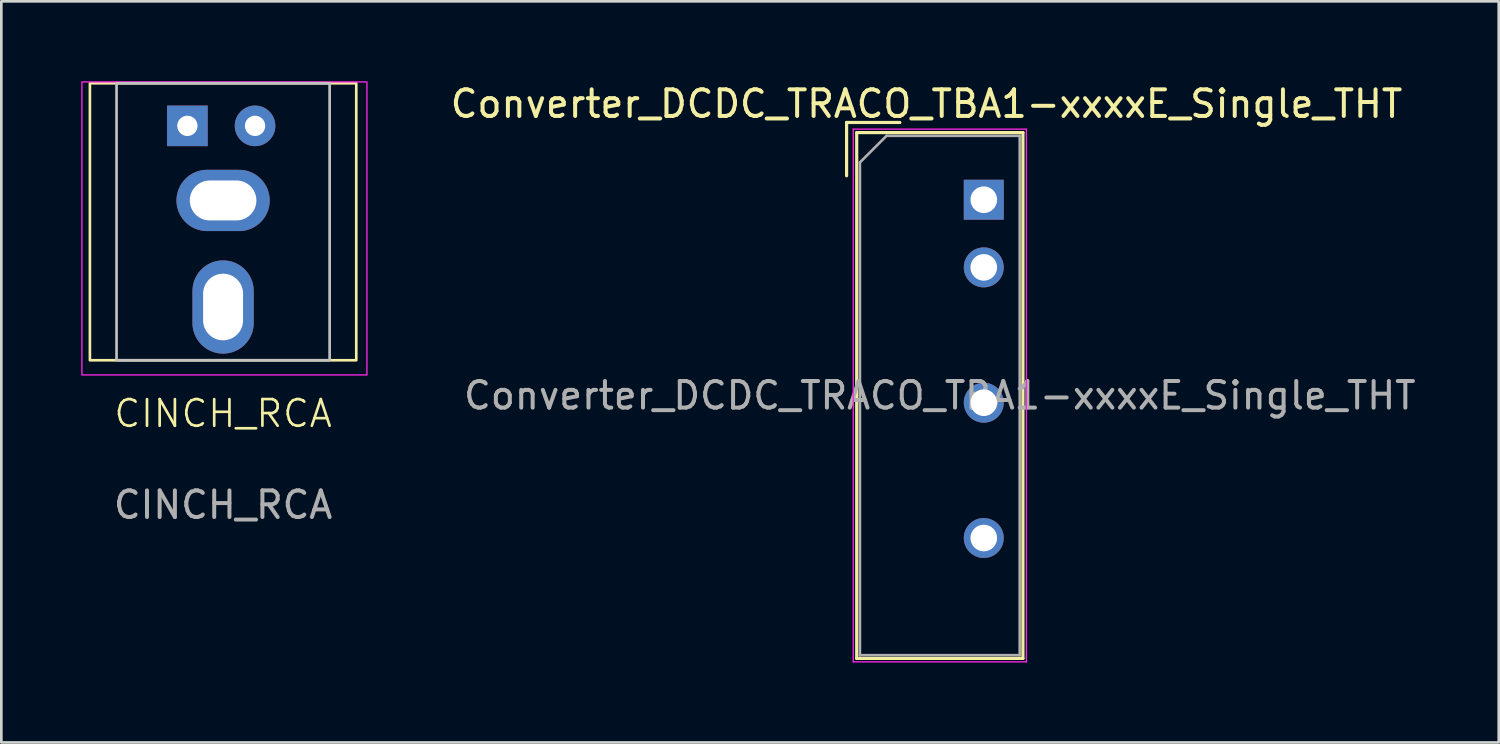
<source format=kicad_pcb>
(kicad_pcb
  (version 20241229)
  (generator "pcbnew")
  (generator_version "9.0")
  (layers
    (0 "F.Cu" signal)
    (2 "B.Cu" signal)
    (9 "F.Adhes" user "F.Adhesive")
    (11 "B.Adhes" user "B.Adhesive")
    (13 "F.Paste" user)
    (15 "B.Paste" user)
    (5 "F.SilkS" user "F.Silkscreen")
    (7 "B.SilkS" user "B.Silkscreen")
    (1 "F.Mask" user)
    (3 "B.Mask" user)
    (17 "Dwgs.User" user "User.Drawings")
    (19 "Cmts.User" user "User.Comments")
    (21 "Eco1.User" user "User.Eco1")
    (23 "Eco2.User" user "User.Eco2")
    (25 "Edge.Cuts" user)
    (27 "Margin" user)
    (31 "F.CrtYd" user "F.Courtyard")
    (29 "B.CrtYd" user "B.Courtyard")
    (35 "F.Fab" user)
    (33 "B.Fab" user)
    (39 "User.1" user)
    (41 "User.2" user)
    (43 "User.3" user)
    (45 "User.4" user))
  (footprint "Converter_DCDC_TRACO_TBA1-xxxxE_Single_THT"
    (layer "F.Cu")
    (at 33.882 4.448)
    (property "Reference" "Converter_DCDC_TRACO_TBA1-xxxxE_Single_THT" (at -2.15 -3.6 0) (layer "F.SilkS") (effects (font (size 1 1) (thickness 0.15))))
    (attr through_hole)
    (fp_line (start -5.15 -2.9) (end -3.15 -2.9) (stroke (width 0.12) (type solid)) (layer "F.SilkS"))
    (fp_line (start -5.15 -0.9) (end -5.15 -2.9) (stroke (width 0.12) (type solid)) (layer "F.SilkS"))
    (fp_line (start -4.77 -2.52) (end -4.77 17.22) (stroke (width 0.12) (type solid)) (layer "F.SilkS"))
    (fp_line (start -4.77 -2.52) (end 1.47 -2.52) (stroke (width 0.12) (type solid)) (layer "F.SilkS"))
    (fp_line (start -4.77 17.22) (end 1.47 17.22) (stroke (width 0.12) (type solid)) (layer "F.SilkS"))
    (fp_line (start 1.47 -2.52) (end 1.47 17.22) (stroke (width 0.12) (type solid)) (layer "F.SilkS"))
    (fp_line (start -4.9 -2.65) (end -4.9 17.35) (stroke (width 0.05) (type solid)) (layer "F.CrtYd"))
    (fp_line (start -4.9 -2.65) (end 1.6 -2.65) (stroke (width 0.05) (type solid)) (layer "F.CrtYd"))
    (fp_line (start -4.9 17.35) (end 1.6 17.35) (stroke (width 0.05) (type solid)) (layer "F.CrtYd"))
    (fp_line (start 1.6 -2.65) (end 1.6 17.35) (stroke (width 0.05) (type solid)) (layer "F.CrtYd"))
    (fp_line (start -4.65 -1.4) (end -3.65 -2.4) (stroke (width 0.1) (type solid)) (layer "F.Fab"))
    (fp_line (start -4.65 17.1) (end -4.65 -1.4) (stroke (width 0.1) (type solid)) (layer "F.Fab"))
    (fp_line (start -3.65 -2.4) (end 1.35 -2.4) (stroke (width 0.1) (type solid)) (layer "F.Fab"))
    (fp_line (start 1.35 -2.4) (end 1.35 17.1) (stroke (width 0.1) (type solid)) (layer "F.Fab"))
    (fp_line (start 1.35 17.1) (end -4.65 17.1) (stroke (width 0.1) (type solid)) (layer "F.Fab"))
    (fp_text user "${REFERENCE}" (at -1.65 7.35 0) (layer "F.Fab") (effects (font (size 1 1) (thickness 0.15))))
    (pad "1" thru_hole rect (at 0 0) (size 1.5 1.5) (drill 1) (layers "*.Cu" "*.Mask"))
    (pad "2" thru_hole circle (at 0 2.54) (size 1.5 1.5) (drill 1) (layers "*.Cu" "*.Mask"))
    (pad "4" thru_hole circle (at 0 7.62) (size 1.5 1.5) (drill 1) (layers "*.Cu" "*.Mask"))
    (pad "5" thru_hole circle (at 0 12.7) (size 1.5 1.5) (drill 1) (layers "*.Cu" "*.Mask")))
  (footprint "CINCH_RCA"
    (layer "F.Cu")
    (at 5.325 4.475)
    (property "Reference" "CINCH_RCA" (at 0 8 0) (unlocked yes) (layer "F.SilkS") (effects (font (size 1 1) (thickness 0.1))))
    (attr through_hole)
    (fp_rect (start -5 -4.4) (end 5 6) (stroke (width 0.1) (type default)) (fill no) (layer "F.SilkS"))
    (fp_rect (start -4 -4.4) (end 4 6) (stroke (width 0.1) (type default)) (fill no) (layer "Dwgs.User"))
    (fp_rect (start -5.3 -4.45) (end 5.4 6.55) (stroke (width 0.05) (type default)) (fill no) (layer "F.CrtYd"))
    (fp_text user "${REFERENCE}" (at 0 11.43 0) (unlocked yes) (layer "F.Fab") (effects (font (size 1 1) (thickness 0.15))))
    (pad "1" thru_hole rect (at -1.34 -2.8) (size 1.524 1.524) (drill 0.762) (layers "*.Cu" "*.Mask"))
    (pad "1" thru_hole oval (at 0 4 270) (size 3.5 2.3) (drill oval 2.5 1.5) (layers "*.Cu" "*.Mask"))
    (pad "2" thru_hole oval (at 0 0) (size 3.5 2.3) (drill oval 2.5 1.5) (layers "*.Cu" "*.Mask"))
    (pad "2" thru_hole circle (at 1.2 -2.8) (size 1.524 1.524) (drill 0.762) (layers "*.Cu" "*.Mask")))
  (gr_rect
    (start -3 -3)
    (end 53.214 24.823)
    (stroke (width 0.1) (type default))
    (fill no)
    (layer "Edge.Cuts")))
</source>
